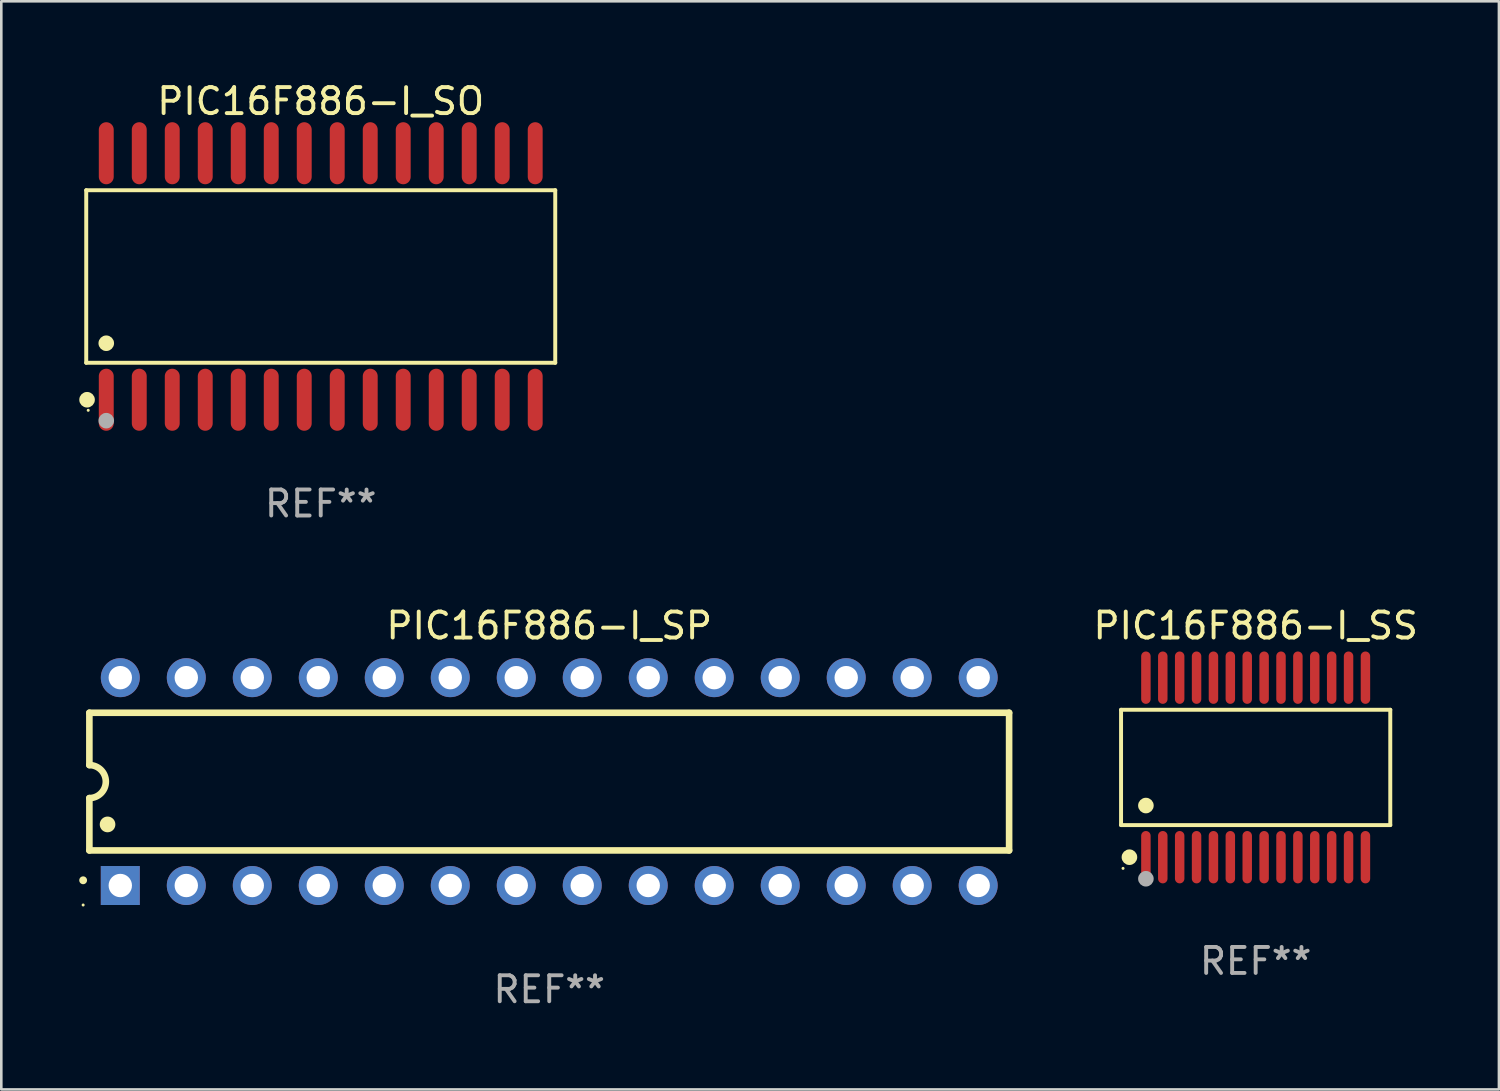
<source format=kicad_pcb>
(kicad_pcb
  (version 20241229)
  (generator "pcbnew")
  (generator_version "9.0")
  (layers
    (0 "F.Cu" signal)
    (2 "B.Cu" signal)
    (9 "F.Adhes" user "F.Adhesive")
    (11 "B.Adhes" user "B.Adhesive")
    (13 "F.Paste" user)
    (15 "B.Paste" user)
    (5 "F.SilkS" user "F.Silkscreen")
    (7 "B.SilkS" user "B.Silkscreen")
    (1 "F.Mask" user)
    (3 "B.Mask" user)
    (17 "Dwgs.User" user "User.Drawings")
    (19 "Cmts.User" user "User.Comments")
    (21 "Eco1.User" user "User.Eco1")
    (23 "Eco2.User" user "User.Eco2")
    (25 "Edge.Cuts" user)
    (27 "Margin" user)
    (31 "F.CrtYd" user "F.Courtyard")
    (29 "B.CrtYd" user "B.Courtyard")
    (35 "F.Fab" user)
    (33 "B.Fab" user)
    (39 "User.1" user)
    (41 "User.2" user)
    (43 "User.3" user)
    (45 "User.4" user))
  (footprint "PIC16F886-I_SP"
    (layer "F.Cu")
    (at 18.09 27.033)
    (property "Reference" "PIC16F886-I_SP" (at 0 -6 0) (layer "F.SilkS") (effects (font (size 1 1) (thickness 0.15))))
    (attr through_hole)
    (fp_line (start -17.7 -2.65) (end 17.7 -2.65) (stroke (width 0.254) (type solid)) (layer "F.SilkS"))
    (fp_line (start -17.7 -0.635) (end -17.7 -2.65) (stroke (width 0.254) (type solid)) (layer "F.SilkS"))
    (fp_line (start -17.7 2.65) (end -17.7 0.635) (stroke (width 0.254) (type solid)) (layer "F.SilkS"))
    (fp_line (start 17.7 -2.65) (end 17.7 2.65) (stroke (width 0.254) (type solid)) (layer "F.SilkS"))
    (fp_line (start 17.7 2.65) (end -17.7 2.65) (stroke (width 0.254) (type solid)) (layer "F.SilkS"))
    (fp_arc (start -17.940056 3.799848) (mid -17.940061 3.798578) (end -17.940056 3.797308) (stroke (width 0.3) (type solid)) (layer "F.SilkS"))
    (fp_arc (start -17.701295 -0.635001) (mid -17.066294 0) (end -17.701295 0.635001) (stroke (width 0.254001) (type solid)) (layer "F.SilkS"))
    (fp_arc (start -17.000254 1.651003) (mid -17.000265 1.648463) (end -17.000254 1.645923) (stroke (width 0.6) (type solid)) (layer "F.SilkS"))
    (fp_circle (center -17.94 4.75) (end -17.91 4.75) (stroke (width 0.06) (type solid)) (fill no) (layer "F.SilkS"))
    (fp_text user "REF**" (at 0 8 0) (layer "F.Fab") (effects (font (size 1 1) (thickness 0.15))))
    (pad "1" thru_hole rect (at -16.51 4 90) (size 1.5 1.5) (drill 0.9) (layers "*.Cu" "*.Mask"))
    (pad "2" thru_hole circle (at -13.97 4) (size 1.5 1.5) (drill 0.9) (layers "*.Cu" "*.Mask"))
    (pad "3" thru_hole circle (at -11.43 4) (size 1.5 1.5) (drill 0.9) (layers "*.Cu" "*.Mask"))
    (pad "4" thru_hole circle (at -8.89 4) (size 1.5 1.5) (drill 0.9) (layers "*.Cu" "*.Mask"))
    (pad "5" thru_hole circle (at -6.35 4) (size 1.5 1.5) (drill 0.9) (layers "*.Cu" "*.Mask"))
    (pad "6" thru_hole circle (at -3.81 4) (size 1.5 1.5) (drill 0.9) (layers "*.Cu" "*.Mask"))
    (pad "7" thru_hole circle (at -1.27 4) (size 1.5 1.5) (drill 0.9) (layers "*.Cu" "*.Mask"))
    (pad "8" thru_hole circle (at 1.27 4) (size 1.5 1.5) (drill 0.9) (layers "*.Cu" "*.Mask"))
    (pad "9" thru_hole circle (at 3.81 4) (size 1.5 1.5) (drill 0.9) (layers "*.Cu" "*.Mask"))
    (pad "10" thru_hole circle (at 6.35 4) (size 1.5 1.5) (drill 0.9) (layers "*.Cu" "*.Mask"))
    (pad "11" thru_hole circle (at 8.89 4) (size 1.5 1.5) (drill 0.9) (layers "*.Cu" "*.Mask"))
    (pad "12" thru_hole circle (at 11.43 4) (size 1.5 1.5) (drill 0.9) (layers "*.Cu" "*.Mask"))
    (pad "13" thru_hole circle (at 13.97 4) (size 1.5 1.5) (drill 0.9) (layers "*.Cu" "*.Mask"))
    (pad "14" thru_hole circle (at 16.51 4) (size 1.5 1.5) (drill 0.9) (layers "*.Cu" "*.Mask"))
    (pad "15" thru_hole circle (at 16.51 -4) (size 1.5 1.5) (drill 0.9) (layers "*.Cu" "*.Mask"))
    (pad "16" thru_hole circle (at 13.97 -4) (size 1.5 1.5) (drill 0.9) (layers "*.Cu" "*.Mask"))
    (pad "17" thru_hole circle (at 11.43 -4) (size 1.5 1.5) (drill 0.9) (layers "*.Cu" "*.Mask"))
    (pad "18" thru_hole circle (at 8.89 -4) (size 1.5 1.5) (drill 0.9) (layers "*.Cu" "*.Mask"))
    (pad "19" thru_hole circle (at 6.35 -4) (size 1.5 1.5) (drill 0.9) (layers "*.Cu" "*.Mask"))
    (pad "20" thru_hole circle (at 3.81 -4) (size 1.5 1.5) (drill 0.9) (layers "*.Cu" "*.Mask"))
    (pad "21" thru_hole circle (at 1.27 -4) (size 1.5 1.5) (drill 0.9) (layers "*.Cu" "*.Mask"))
    (pad "22" thru_hole circle (at -1.27 -4) (size 1.5 1.5) (drill 0.9) (layers "*.Cu" "*.Mask"))
    (pad "23" thru_hole circle (at -3.81 -4) (size 1.5 1.5) (drill 0.9) (layers "*.Cu" "*.Mask"))
    (pad "24" thru_hole circle (at -6.35 -4) (size 1.5 1.5) (drill 0.9) (layers "*.Cu" "*.Mask"))
    (pad "25" thru_hole circle (at -8.89 -4) (size 1.5 1.5) (drill 0.9) (layers "*.Cu" "*.Mask"))
    (pad "26" thru_hole circle (at -11.43 -4) (size 1.5 1.5) (drill 0.9) (layers "*.Cu" "*.Mask"))
    (pad "27" thru_hole circle (at -13.97 -4) (size 1.5 1.5) (drill 0.9) (layers "*.Cu" "*.Mask"))
    (pad "28" thru_hole circle (at -16.51 -4) (size 1.5 1.5) (drill 0.9) (layers "*.Cu" "*.Mask")))
  (footprint "PIC16F886-I_SO"
    (layer "F.Cu")
    (at 9.295 7.592)
    (property "Reference" "PIC16F886-I_SO" (at 0 -6.744 0) (layer "F.SilkS") (effects (font (size 1 1) (thickness 0.15))))
    (attr through_hole)
    (fp_line (start -9.026 -3.321) (end 9.026 -3.321) (stroke (width 0.152) (type solid)) (layer "F.SilkS"))
    (fp_line (start -9.026 3.321) (end -9.026 -3.321) (stroke (width 0.152) (type solid)) (layer "F.SilkS"))
    (fp_line (start 9.026 -3.321) (end 9.026 3.321) (stroke (width 0.152) (type solid)) (layer "F.SilkS"))
    (fp_line (start 9.026 3.321) (end -9.026 3.321) (stroke (width 0.152) (type solid)) (layer "F.SilkS"))
    (fp_circle (center -8.994 4.744) (end -8.844 4.744) (stroke (width 0.3) (type solid)) (fill no) (layer "F.SilkS"))
    (fp_circle (center -8.95 5.15) (end -8.92 5.15) (stroke (width 0.06) (type solid)) (fill no) (layer "F.SilkS"))
    (fp_circle (center -8.255 2.569) (end -8.105 2.569) (stroke (width 0.3) (type solid)) (fill no) (layer "F.SilkS"))
    (fp_circle (center -8.255 5.55) (end -8.105 5.55) (stroke (width 0.3) (type solid)) (fill no) (layer "F.Fab"))
    (fp_text user "REF**" (at 0 8.744 0) (layer "F.Fab") (effects (font (size 1 1) (thickness 0.15))))
    (pad "1" smd oval (at -8.255 4.744) (size 0.574 2.388) (layers "F.Cu" "F.Mask" "F.Paste"))
    (pad "2" smd oval (at -6.985 4.744) (size 0.574 2.388) (layers "F.Cu" "F.Mask" "F.Paste"))
    (pad "3" smd oval (at -5.715 4.744) (size 0.574 2.388) (layers "F.Cu" "F.Mask" "F.Paste"))
    (pad "4" smd oval (at -4.445 4.744) (size 0.574 2.388) (layers "F.Cu" "F.Mask" "F.Paste"))
    (pad "5" smd oval (at -3.175 4.744) (size 0.574 2.388) (layers "F.Cu" "F.Mask" "F.Paste"))
    (pad "6" smd oval (at -1.905 4.744) (size 0.574 2.388) (layers "F.Cu" "F.Mask" "F.Paste"))
    (pad "7" smd oval (at -0.635 4.744) (size 0.574 2.388) (layers "F.Cu" "F.Mask" "F.Paste"))
    (pad "8" smd oval (at 0.635 4.744) (size 0.574 2.388) (layers "F.Cu" "F.Mask" "F.Paste"))
    (pad "9" smd oval (at 1.905 4.744) (size 0.574 2.388) (layers "F.Cu" "F.Mask" "F.Paste"))
    (pad "10" smd oval (at 3.175 4.744) (size 0.574 2.388) (layers "F.Cu" "F.Mask" "F.Paste"))
    (pad "11" smd oval (at 4.445 4.744) (size 0.574 2.388) (layers "F.Cu" "F.Mask" "F.Paste"))
    (pad "12" smd oval (at 5.715 4.744) (size 0.574 2.388) (layers "F.Cu" "F.Mask" "F.Paste"))
    (pad "13" smd oval (at 6.985 4.744) (size 0.574 2.388) (layers "F.Cu" "F.Mask" "F.Paste"))
    (pad "14" smd oval (at 8.255 4.744) (size 0.574 2.388) (layers "F.Cu" "F.Mask" "F.Paste"))
    (pad "15" smd oval (at 8.255 -4.744) (size 0.574 2.388) (layers "F.Cu" "F.Mask" "F.Paste"))
    (pad "16" smd oval (at 6.985 -4.744) (size 0.574 2.388) (layers "F.Cu" "F.Mask" "F.Paste"))
    (pad "17" smd oval (at 5.715 -4.744) (size 0.574 2.388) (layers "F.Cu" "F.Mask" "F.Paste"))
    (pad "18" smd oval (at 4.445 -4.744) (size 0.574 2.388) (layers "F.Cu" "F.Mask" "F.Paste"))
    (pad "19" smd oval (at 3.175 -4.744) (size 0.574 2.388) (layers "F.Cu" "F.Mask" "F.Paste"))
    (pad "20" smd oval (at 1.905 -4.744) (size 0.574 2.388) (layers "F.Cu" "F.Mask" "F.Paste"))
    (pad "21" smd oval (at 0.635 -4.744) (size 0.574 2.388) (layers "F.Cu" "F.Mask" "F.Paste"))
    (pad "22" smd oval (at -0.635 -4.744) (size 0.574 2.388) (layers "F.Cu" "F.Mask" "F.Paste"))
    (pad "23" smd oval (at -1.905 -4.744) (size 0.574 2.388) (layers "F.Cu" "F.Mask" "F.Paste"))
    (pad "24" smd oval (at -3.175 -4.744) (size 0.574 2.388) (layers "F.Cu" "F.Mask" "F.Paste"))
    (pad "25" smd oval (at -4.445 -4.744) (size 0.574 2.388) (layers "F.Cu" "F.Mask" "F.Paste"))
    (pad "26" smd oval (at -5.715 -4.744) (size 0.574 2.388) (layers "F.Cu" "F.Mask" "F.Paste"))
    (pad "27" smd oval (at -6.985 -4.744) (size 0.574 2.388) (layers "F.Cu" "F.Mask" "F.Paste"))
    (pad "28" smd oval (at -8.255 -4.744) (size 0.574 2.388) (layers "F.Cu" "F.Mask" "F.Paste")))
  (footprint "PIC16F886-I_SS"
    (layer "F.Cu")
    (at 45.28 26.488)
    (property "Reference" "PIC16F886-I_SS" (at 0 -5.455 0) (layer "F.SilkS") (effects (font (size 1 1) (thickness 0.15))))
    (attr through_hole)
    (fp_line (start -5.181 -2.219) (end 5.181 -2.219) (stroke (width 0.152) (type solid)) (layer "F.SilkS"))
    (fp_line (start -5.181 2.219) (end -5.181 -2.219) (stroke (width 0.152) (type solid)) (layer "F.SilkS"))
    (fp_line (start 5.181 -2.219) (end 5.181 2.219) (stroke (width 0.152) (type solid)) (layer "F.SilkS"))
    (fp_line (start 5.181 2.219) (end -5.181 2.219) (stroke (width 0.152) (type solid)) (layer "F.SilkS"))
    (fp_circle (center -5.105 3.885) (end -5.075 3.885) (stroke (width 0.06) (type solid)) (fill no) (layer "F.SilkS"))
    (fp_circle (center -4.859 3.455) (end -4.709 3.455) (stroke (width 0.3) (type solid)) (fill no) (layer "F.SilkS"))
    (fp_circle (center -4.225 1.467) (end -4.075 1.467) (stroke (width 0.3) (type solid)) (fill no) (layer "F.SilkS"))
    (fp_circle (center -4.225 4.285) (end -4.075 4.285) (stroke (width 0.3) (type solid)) (fill no) (layer "F.Fab"))
    (fp_text user "REF**" (at 0 7.455 0) (layer "F.Fab") (effects (font (size 1 1) (thickness 0.15))))
    (pad "1" smd oval (at -4.225 3.455) (size 0.364 2.015) (layers "F.Cu" "F.Mask" "F.Paste"))
    (pad "2" smd oval (at -3.575 3.455) (size 0.364 2.015) (layers "F.Cu" "F.Mask" "F.Paste"))
    (pad "3" smd oval (at -2.925 3.455) (size 0.364 2.015) (layers "F.Cu" "F.Mask" "F.Paste"))
    (pad "4" smd oval (at -2.275 3.455) (size 0.364 2.015) (layers "F.Cu" "F.Mask" "F.Paste"))
    (pad "5" smd oval (at -1.625 3.455) (size 0.364 2.015) (layers "F.Cu" "F.Mask" "F.Paste"))
    (pad "6" smd oval (at -0.975 3.455) (size 0.364 2.015) (layers "F.Cu" "F.Mask" "F.Paste"))
    (pad "7" smd oval (at -0.325 3.455) (size 0.364 2.015) (layers "F.Cu" "F.Mask" "F.Paste"))
    (pad "8" smd oval (at 0.325 3.455) (size 0.364 2.015) (layers "F.Cu" "F.Mask" "F.Paste"))
    (pad "9" smd oval (at 0.975 3.455) (size 0.364 2.015) (layers "F.Cu" "F.Mask" "F.Paste"))
    (pad "10" smd oval (at 1.625 3.455) (size 0.364 2.015) (layers "F.Cu" "F.Mask" "F.Paste"))
    (pad "11" smd oval (at 2.275 3.455) (size 0.364 2.015) (layers "F.Cu" "F.Mask" "F.Paste"))
    (pad "12" smd oval (at 2.925 3.455) (size 0.364 2.015) (layers "F.Cu" "F.Mask" "F.Paste"))
    (pad "13" smd oval (at 3.575 3.455) (size 0.364 2.015) (layers "F.Cu" "F.Mask" "F.Paste"))
    (pad "14" smd oval (at 4.225 3.455) (size 0.364 2.015) (layers "F.Cu" "F.Mask" "F.Paste"))
    (pad "15" smd oval (at 4.225 -3.455) (size 0.364 2.015) (layers "F.Cu" "F.Mask" "F.Paste"))
    (pad "16" smd oval (at 3.575 -3.455) (size 0.364 2.015) (layers "F.Cu" "F.Mask" "F.Paste"))
    (pad "17" smd oval (at 2.925 -3.455) (size 0.364 2.015) (layers "F.Cu" "F.Mask" "F.Paste"))
    (pad "18" smd oval (at 2.275 -3.455) (size 0.364 2.015) (layers "F.Cu" "F.Mask" "F.Paste"))
    (pad "19" smd oval (at 1.625 -3.455) (size 0.364 2.015) (layers "F.Cu" "F.Mask" "F.Paste"))
    (pad "20" smd oval (at 0.975 -3.455) (size 0.364 2.015) (layers "F.Cu" "F.Mask" "F.Paste"))
    (pad "21" smd oval (at 0.325 -3.455) (size 0.364 2.015) (layers "F.Cu" "F.Mask" "F.Paste"))
    (pad "22" smd oval (at -0.325 -3.455) (size 0.364 2.015) (layers "F.Cu" "F.Mask" "F.Paste"))
    (pad "23" smd oval (at -0.975 -3.455) (size 0.364 2.015) (layers "F.Cu" "F.Mask" "F.Paste"))
    (pad "24" smd oval (at -1.625 -3.455) (size 0.364 2.015) (layers "F.Cu" "F.Mask" "F.Paste"))
    (pad "25" smd oval (at -2.275 -3.455) (size 0.364 2.015) (layers "F.Cu" "F.Mask" "F.Paste"))
    (pad "26" smd oval (at -2.925 -3.455) (size 0.364 2.015) (layers "F.Cu" "F.Mask" "F.Paste"))
    (pad "27" smd oval (at -3.575 -3.455) (size 0.364 2.015) (layers "F.Cu" "F.Mask" "F.Paste"))
    (pad "28" smd oval (at -4.225 -3.455) (size 0.364 2.015) (layers "F.Cu" "F.Mask" "F.Paste")))
  (gr_rect
    (start -3 -3)
    (end 54.643 38.881)
    (stroke (width 0.1) (type default))
    (fill no)
    (layer "Edge.Cuts")))
</source>
